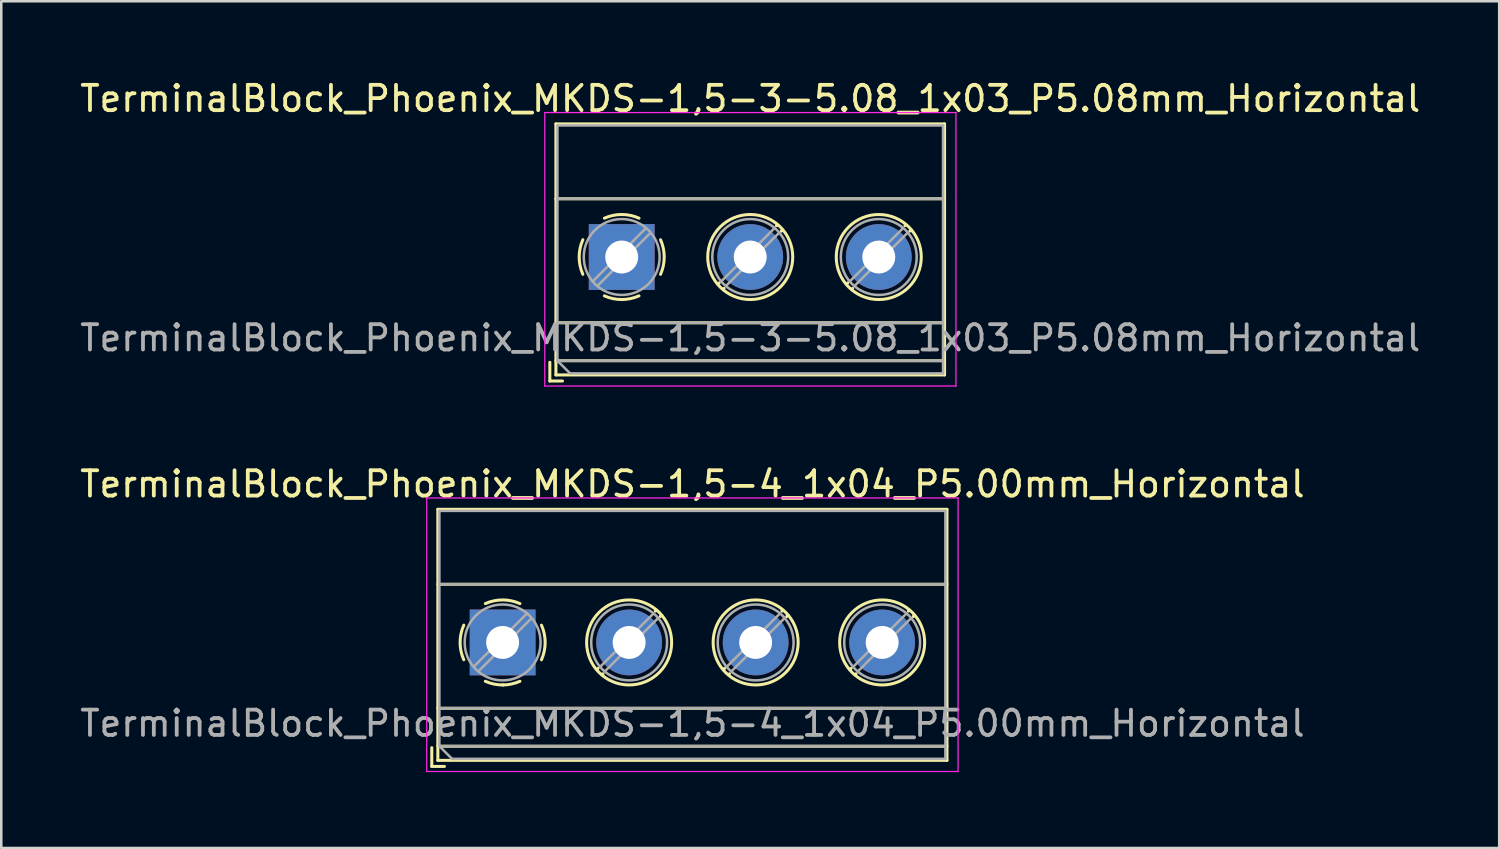
<source format=kicad_pcb>
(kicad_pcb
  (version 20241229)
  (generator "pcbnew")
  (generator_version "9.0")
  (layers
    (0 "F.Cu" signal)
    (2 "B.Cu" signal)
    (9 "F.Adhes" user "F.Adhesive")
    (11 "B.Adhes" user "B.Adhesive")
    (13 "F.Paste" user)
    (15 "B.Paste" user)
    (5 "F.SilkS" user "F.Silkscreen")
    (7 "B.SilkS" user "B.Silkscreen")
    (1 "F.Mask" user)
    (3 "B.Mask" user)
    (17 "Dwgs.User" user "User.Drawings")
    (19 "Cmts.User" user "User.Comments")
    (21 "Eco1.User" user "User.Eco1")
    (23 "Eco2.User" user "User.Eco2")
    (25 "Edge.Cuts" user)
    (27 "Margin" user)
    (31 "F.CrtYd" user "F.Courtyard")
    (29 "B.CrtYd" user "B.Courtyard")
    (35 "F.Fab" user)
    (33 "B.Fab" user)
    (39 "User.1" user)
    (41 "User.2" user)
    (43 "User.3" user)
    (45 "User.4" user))
  (footprint "TerminalBlock_Phoenix_MKDS-1,5-4_1x04_P5.00mm_Horizontal"
    (layer "F.Cu")
    (at 16.815 22.341)
    (property "Reference" "TerminalBlock_Phoenix_MKDS-1,5-4_1x04_P5.00mm_Horizontal" (at 7.5 -6.26 0) (layer "F.SilkS") (effects (font (size 1 1) (thickness 0.15))))
    (attr through_hole)
    (fp_line (start -2.8 4.16) (end -2.8 4.9) (stroke (width 0.12) (type solid)) (layer "F.SilkS"))
    (fp_line (start -2.8 4.9) (end -2.3 4.9) (stroke (width 0.12) (type solid)) (layer "F.SilkS"))
    (fp_line (start -2.56 -5.261) (end -2.56 4.66) (stroke (width 0.12) (type solid)) (layer "F.SilkS"))
    (fp_line (start -2.56 -5.261) (end 17.561 -5.261) (stroke (width 0.12) (type solid)) (layer "F.SilkS"))
    (fp_line (start -2.56 -2.301) (end 17.561 -2.301) (stroke (width 0.12) (type solid)) (layer "F.SilkS"))
    (fp_line (start -2.56 2.6) (end 17.561 2.6) (stroke (width 0.12) (type solid)) (layer "F.SilkS"))
    (fp_line (start -2.56 4.1) (end 17.561 4.1) (stroke (width 0.12) (type solid)) (layer "F.SilkS"))
    (fp_line (start -2.56 4.66) (end 17.561 4.66) (stroke (width 0.12) (type solid)) (layer "F.SilkS"))
    (fp_line (start 3.773 1.023) (end 3.726 1.069) (stroke (width 0.12) (type solid)) (layer "F.SilkS"))
    (fp_line (start 3.966 1.239) (end 3.931 1.274) (stroke (width 0.12) (type solid)) (layer "F.SilkS"))
    (fp_line (start 6.07 -1.275) (end 6.035 -1.239) (stroke (width 0.12) (type solid)) (layer "F.SilkS"))
    (fp_line (start 6.275 -1.069) (end 6.228 -1.023) (stroke (width 0.12) (type solid)) (layer "F.SilkS"))
    (fp_line (start 8.773 1.023) (end 8.726 1.069) (stroke (width 0.12) (type solid)) (layer "F.SilkS"))
    (fp_line (start 8.966 1.239) (end 8.931 1.274) (stroke (width 0.12) (type solid)) (layer "F.SilkS"))
    (fp_line (start 11.07 -1.275) (end 11.035 -1.239) (stroke (width 0.12) (type solid)) (layer "F.SilkS"))
    (fp_line (start 11.275 -1.069) (end 11.228 -1.023) (stroke (width 0.12) (type solid)) (layer "F.SilkS"))
    (fp_line (start 13.773 1.023) (end 13.726 1.069) (stroke (width 0.12) (type solid)) (layer "F.SilkS"))
    (fp_line (start 13.966 1.239) (end 13.931 1.274) (stroke (width 0.12) (type solid)) (layer "F.SilkS"))
    (fp_line (start 16.07 -1.275) (end 16.035 -1.239) (stroke (width 0.12) (type solid)) (layer "F.SilkS"))
    (fp_line (start 16.275 -1.069) (end 16.228 -1.023) (stroke (width 0.12) (type solid)) (layer "F.SilkS"))
    (fp_line (start 17.561 -5.261) (end 17.561 4.66) (stroke (width 0.12) (type solid)) (layer "F.SilkS"))
    (fp_arc (start -1.535427 0.683042) (mid -1.680501 -0.000524) (end -1.535 -0.684) (stroke (width 0.12) (type solid)) (layer "F.SilkS"))
    (fp_arc (start -0.683042 -1.535427) (mid 0.000524 -1.680501) (end 0.684 -1.535) (stroke (width 0.12) (type solid)) (layer "F.SilkS"))
    (fp_arc (start 0.028805 1.680253) (mid -0.335551 1.646659) (end -0.684 1.535) (stroke (width 0.12) (type solid)) (layer "F.SilkS"))
    (fp_arc (start 0.683318 1.534756) (mid 0.349292 1.643288) (end 0 1.68) (stroke (width 0.12) (type solid)) (layer "F.SilkS"))
    (fp_arc (start 1.535427 -0.683042) (mid 1.680501 0.000524) (end 1.535 0.684) (stroke (width 0.12) (type solid)) (layer "F.SilkS"))
    (fp_circle (center 5 0) (end 6.68 0) (stroke (width 0.12) (type solid)) (fill no) (layer "F.SilkS"))
    (fp_circle (center 10 0) (end 11.68 0) (stroke (width 0.12) (type solid)) (fill no) (layer "F.SilkS"))
    (fp_circle (center 15 0) (end 16.68 0) (stroke (width 0.12) (type solid)) (fill no) (layer "F.SilkS"))
    (fp_line (start -3 -5.71) (end -3 5.1) (stroke (width 0.05) (type solid)) (layer "F.CrtYd"))
    (fp_line (start -3 5.1) (end 18 5.1) (stroke (width 0.05) (type solid)) (layer "F.CrtYd"))
    (fp_line (start 18 -5.71) (end -3 -5.71) (stroke (width 0.05) (type solid)) (layer "F.CrtYd"))
    (fp_line (start 18 5.1) (end 18 -5.71) (stroke (width 0.05) (type solid)) (layer "F.CrtYd"))
    (fp_line (start -2.5 -5.2) (end 17.5 -5.2) (stroke (width 0.1) (type solid)) (layer "F.Fab"))
    (fp_line (start -2.5 -2.3) (end 17.5 -2.3) (stroke (width 0.1) (type solid)) (layer "F.Fab"))
    (fp_line (start -2.5 2.6) (end 17.5 2.6) (stroke (width 0.1) (type solid)) (layer "F.Fab"))
    (fp_line (start -2.5 4.1) (end -2.5 -5.2) (stroke (width 0.1) (type solid)) (layer "F.Fab"))
    (fp_line (start -2.5 4.1) (end 17.5 4.1) (stroke (width 0.1) (type solid)) (layer "F.Fab"))
    (fp_line (start -2 4.6) (end -2.5 4.1) (stroke (width 0.1) (type solid)) (layer "F.Fab"))
    (fp_line (start 0.955 -1.138) (end -1.138 0.955) (stroke (width 0.1) (type solid)) (layer "F.Fab"))
    (fp_line (start 1.138 -0.955) (end -0.955 1.138) (stroke (width 0.1) (type solid)) (layer "F.Fab"))
    (fp_line (start 5.955 -1.138) (end 3.863 0.955) (stroke (width 0.1) (type solid)) (layer "F.Fab"))
    (fp_line (start 6.138 -0.955) (end 4.046 1.138) (stroke (width 0.1) (type solid)) (layer "F.Fab"))
    (fp_line (start 10.955 -1.138) (end 8.863 0.955) (stroke (width 0.1) (type solid)) (layer "F.Fab"))
    (fp_line (start 11.138 -0.955) (end 9.046 1.138) (stroke (width 0.1) (type solid)) (layer "F.Fab"))
    (fp_line (start 15.955 -1.138) (end 13.863 0.955) (stroke (width 0.1) (type solid)) (layer "F.Fab"))
    (fp_line (start 16.138 -0.955) (end 14.046 1.138) (stroke (width 0.1) (type solid)) (layer "F.Fab"))
    (fp_line (start 17.5 -5.2) (end 17.5 4.6) (stroke (width 0.1) (type solid)) (layer "F.Fab"))
    (fp_line (start 17.5 4.6) (end -2 4.6) (stroke (width 0.1) (type solid)) (layer "F.Fab"))
    (fp_circle (center 0 0) (end 1.5 0) (stroke (width 0.1) (type solid)) (fill no) (layer "F.Fab"))
    (fp_circle (center 5 0) (end 6.5 0) (stroke (width 0.1) (type solid)) (fill no) (layer "F.Fab"))
    (fp_circle (center 10 0) (end 11.5 0) (stroke (width 0.1) (type solid)) (fill no) (layer "F.Fab"))
    (fp_circle (center 15 0) (end 16.5 0) (stroke (width 0.1) (type solid)) (fill no) (layer "F.Fab"))
    (fp_text user "${REFERENCE}" (at 7.5 3.2 0) (layer "F.Fab") (effects (font (size 1 1) (thickness 0.15))))
    (pad "1" thru_hole rect (at 0 0) (size 2.6 2.6) (drill 1.3) (layers "*.Cu" "*.Mask"))
    (pad "2" thru_hole circle (at 5 0) (size 2.6 2.6) (drill 1.3) (layers "*.Cu" "*.Mask"))
    (pad "3" thru_hole circle (at 10 0) (size 2.6 2.6) (drill 1.3) (layers "*.Cu" "*.Mask"))
    (pad "4" thru_hole circle (at 15 0) (size 2.6 2.6) (drill 1.3) (layers "*.Cu" "*.Mask")))
  (footprint "TerminalBlock_Phoenix_MKDS-1,5-3-5.08_1x03_P5.08mm_Horizontal"
    (layer "F.Cu")
    (at 21.521 7.108)
    (property "Reference" "TerminalBlock_Phoenix_MKDS-1,5-3-5.08_1x03_P5.08mm_Horizontal" (at 5.08 -6.26 0) (layer "F.SilkS") (effects (font (size 1 1) (thickness 0.15))))
    (attr through_hole)
    (fp_line (start -2.84 4.16) (end -2.84 4.9) (stroke (width 0.12) (type solid)) (layer "F.SilkS"))
    (fp_line (start -2.84 4.9) (end -2.34 4.9) (stroke (width 0.12) (type solid)) (layer "F.SilkS"))
    (fp_line (start -2.6 -5.261) (end -2.6 4.66) (stroke (width 0.12) (type solid)) (layer "F.SilkS"))
    (fp_line (start -2.6 -5.261) (end 12.76 -5.261) (stroke (width 0.12) (type solid)) (layer "F.SilkS"))
    (fp_line (start -2.6 -2.301) (end 12.76 -2.301) (stroke (width 0.12) (type solid)) (layer "F.SilkS"))
    (fp_line (start -2.6 2.6) (end 12.76 2.6) (stroke (width 0.12) (type solid)) (layer "F.SilkS"))
    (fp_line (start -2.6 4.1) (end 12.76 4.1) (stroke (width 0.12) (type solid)) (layer "F.SilkS"))
    (fp_line (start -2.6 4.66) (end 12.76 4.66) (stroke (width 0.12) (type solid)) (layer "F.SilkS"))
    (fp_line (start 3.853 1.023) (end 3.806 1.069) (stroke (width 0.12) (type solid)) (layer "F.SilkS"))
    (fp_line (start 4.046 1.239) (end 4.011 1.274) (stroke (width 0.12) (type solid)) (layer "F.SilkS"))
    (fp_line (start 6.15 -1.275) (end 6.115 -1.239) (stroke (width 0.12) (type solid)) (layer "F.SilkS"))
    (fp_line (start 6.355 -1.069) (end 6.308 -1.023) (stroke (width 0.12) (type solid)) (layer "F.SilkS"))
    (fp_line (start 8.933 1.023) (end 8.886 1.069) (stroke (width 0.12) (type solid)) (layer "F.SilkS"))
    (fp_line (start 9.126 1.239) (end 9.091 1.274) (stroke (width 0.12) (type solid)) (layer "F.SilkS"))
    (fp_line (start 11.23 -1.275) (end 11.195 -1.239) (stroke (width 0.12) (type solid)) (layer "F.SilkS"))
    (fp_line (start 11.435 -1.069) (end 11.388 -1.023) (stroke (width 0.12) (type solid)) (layer "F.SilkS"))
    (fp_line (start 12.76 -5.261) (end 12.76 4.66) (stroke (width 0.12) (type solid)) (layer "F.SilkS"))
    (fp_arc (start -1.535427 0.683042) (mid -1.680501 -0.000524) (end -1.535 -0.684) (stroke (width 0.12) (type solid)) (layer "F.SilkS"))
    (fp_arc (start -0.683042 -1.535427) (mid 0.000524 -1.680501) (end 0.684 -1.535) (stroke (width 0.12) (type solid)) (layer "F.SilkS"))
    (fp_arc (start 0.028805 1.680253) (mid -0.335551 1.646659) (end -0.684 1.535) (stroke (width 0.12) (type solid)) (layer "F.SilkS"))
    (fp_arc (start 0.683318 1.534756) (mid 0.349292 1.643288) (end 0 1.68) (stroke (width 0.12) (type solid)) (layer "F.SilkS"))
    (fp_arc (start 1.535427 -0.683042) (mid 1.680501 0.000524) (end 1.535 0.684) (stroke (width 0.12) (type solid)) (layer "F.SilkS"))
    (fp_circle (center 5.08 0) (end 6.76 0) (stroke (width 0.12) (type solid)) (fill no) (layer "F.SilkS"))
    (fp_circle (center 10.16 0) (end 11.84 0) (stroke (width 0.12) (type solid)) (fill no) (layer "F.SilkS"))
    (fp_line (start -3.04 -5.71) (end -3.04 5.1) (stroke (width 0.05) (type solid)) (layer "F.CrtYd"))
    (fp_line (start -3.04 5.1) (end 13.21 5.1) (stroke (width 0.05) (type solid)) (layer "F.CrtYd"))
    (fp_line (start 13.21 -5.71) (end -3.04 -5.71) (stroke (width 0.05) (type solid)) (layer "F.CrtYd"))
    (fp_line (start 13.21 5.1) (end 13.21 -5.71) (stroke (width 0.05) (type solid)) (layer "F.CrtYd"))
    (fp_line (start -2.54 -5.2) (end 12.7 -5.2) (stroke (width 0.1) (type solid)) (layer "F.Fab"))
    (fp_line (start -2.54 -2.3) (end 12.7 -2.3) (stroke (width 0.1) (type solid)) (layer "F.Fab"))
    (fp_line (start -2.54 2.6) (end 12.7 2.6) (stroke (width 0.1) (type solid)) (layer "F.Fab"))
    (fp_line (start -2.54 4.1) (end -2.54 -5.2) (stroke (width 0.1) (type solid)) (layer "F.Fab"))
    (fp_line (start -2.54 4.1) (end 12.7 4.1) (stroke (width 0.1) (type solid)) (layer "F.Fab"))
    (fp_line (start -2.04 4.6) (end -2.54 4.1) (stroke (width 0.1) (type solid)) (layer "F.Fab"))
    (fp_line (start 0.955 -1.138) (end -1.138 0.955) (stroke (width 0.1) (type solid)) (layer "F.Fab"))
    (fp_line (start 1.138 -0.955) (end -0.955 1.138) (stroke (width 0.1) (type solid)) (layer "F.Fab"))
    (fp_line (start 6.035 -1.138) (end 3.943 0.955) (stroke (width 0.1) (type solid)) (layer "F.Fab"))
    (fp_line (start 6.218 -0.955) (end 4.126 1.138) (stroke (width 0.1) (type solid)) (layer "F.Fab"))
    (fp_line (start 11.115 -1.138) (end 9.023 0.955) (stroke (width 0.1) (type solid)) (layer "F.Fab"))
    (fp_line (start 11.298 -0.955) (end 9.206 1.138) (stroke (width 0.1) (type solid)) (layer "F.Fab"))
    (fp_line (start 12.7 -5.2) (end 12.7 4.6) (stroke (width 0.1) (type solid)) (layer "F.Fab"))
    (fp_line (start 12.7 4.6) (end -2.04 4.6) (stroke (width 0.1) (type solid)) (layer "F.Fab"))
    (fp_circle (center 0 0) (end 1.5 0) (stroke (width 0.1) (type solid)) (fill no) (layer "F.Fab"))
    (fp_circle (center 5.08 0) (end 6.58 0) (stroke (width 0.1) (type solid)) (fill no) (layer "F.Fab"))
    (fp_circle (center 10.16 0) (end 11.66 0) (stroke (width 0.1) (type solid)) (fill no) (layer "F.Fab"))
    (fp_text user "${REFERENCE}" (at 5.08 3.2 0) (layer "F.Fab") (effects (font (size 1 1) (thickness 0.15))))
    (pad "1" thru_hole rect (at 0 0) (size 2.6 2.6) (drill 1.3) (layers "*.Cu" "*.Mask"))
    (pad "2" thru_hole circle (at 5.08 0) (size 2.6 2.6) (drill 1.3) (layers "*.Cu" "*.Mask"))
    (pad "3" thru_hole circle (at 10.16 0) (size 2.6 2.6) (drill 1.3) (layers "*.Cu" "*.Mask")))
  (gr_rect
    (start -3 -3)
    (end 56.202 30.466)
    (stroke (width 0.1) (type default))
    (fill no)
    (layer "Edge.Cuts")))
</source>
